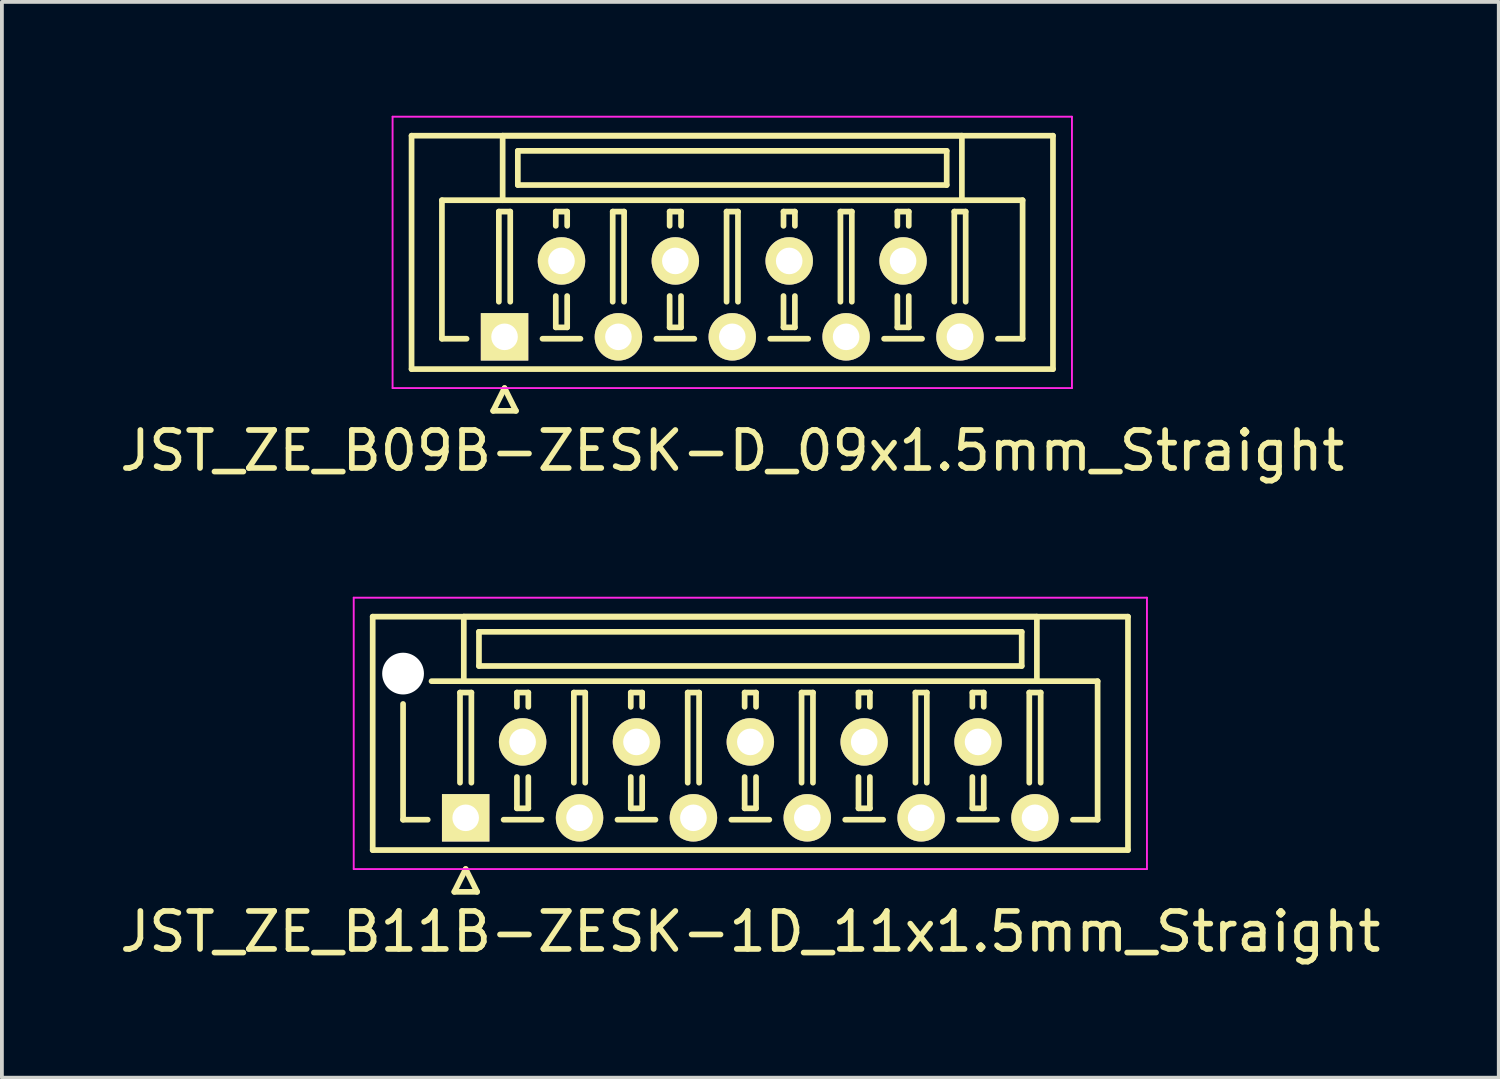
<source format=kicad_pcb>
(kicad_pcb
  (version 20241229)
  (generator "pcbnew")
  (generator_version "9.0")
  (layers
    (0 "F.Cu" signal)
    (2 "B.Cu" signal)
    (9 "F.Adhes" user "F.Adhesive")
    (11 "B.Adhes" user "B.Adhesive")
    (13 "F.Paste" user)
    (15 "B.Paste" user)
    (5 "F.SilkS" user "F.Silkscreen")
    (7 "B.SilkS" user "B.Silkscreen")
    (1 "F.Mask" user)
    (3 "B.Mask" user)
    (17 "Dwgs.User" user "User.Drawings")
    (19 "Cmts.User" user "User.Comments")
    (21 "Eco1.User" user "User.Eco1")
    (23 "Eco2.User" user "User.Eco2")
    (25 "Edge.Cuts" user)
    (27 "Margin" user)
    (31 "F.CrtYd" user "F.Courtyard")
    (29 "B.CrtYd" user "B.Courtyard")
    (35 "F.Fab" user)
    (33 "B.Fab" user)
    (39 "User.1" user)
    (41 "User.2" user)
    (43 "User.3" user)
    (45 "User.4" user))
  (footprint "JST_ZE_B11B-ZESK-1D_11x1.5mm_Straight"
    (layer "F.Cu")
    (at 9.22 18.498)
    (property "Reference" "JST_ZE_B11B-ZESK-1D_11x1.5mm_Straight" (at 7.5 3 0) (layer "F.SilkS") (effects (font (size 1 1) (thickness 0.15))))
    (attr through_hole)
    (fp_line (start -2.45 -5.3) (end -2.45 0.85) (stroke (width 0.15) (type solid)) (layer "F.SilkS"))
    (fp_line (start -2.45 0.85) (end 17.45 0.85) (stroke (width 0.15) (type solid)) (layer "F.SilkS"))
    (fp_line (start -1.65 -3) (end -1.65 0.05) (stroke (width 0.15) (type solid)) (layer "F.SilkS"))
    (fp_line (start -1.65 0.05) (end -1 0.05) (stroke (width 0.15) (type solid)) (layer "F.SilkS"))
    (fp_line (start -0.3 1.95) (end 0 1.35) (stroke (width 0.15) (type solid)) (layer "F.SilkS"))
    (fp_line (start -0.15 -3.3) (end 0.15 -3.3) (stroke (width 0.15) (type solid)) (layer "F.SilkS"))
    (fp_line (start -0.15 -0.925) (end -0.15 -3.3) (stroke (width 0.15) (type solid)) (layer "F.SilkS"))
    (fp_line (start -0.05 -5.3) (end -0.05 -3.6) (stroke (width 0.15) (type solid)) (layer "F.SilkS"))
    (fp_line (start -0.05 -3.6) (end -0.9 -3.6) (stroke (width 0.15) (type solid)) (layer "F.SilkS"))
    (fp_line (start -0.05 -3.6) (end 15.05 -3.6) (stroke (width 0.15) (type solid)) (layer "F.SilkS"))
    (fp_line (start 0 1.35) (end 0.3 1.95) (stroke (width 0.15) (type solid)) (layer "F.SilkS"))
    (fp_line (start 0.15 -3.3) (end 0.15 -0.925) (stroke (width 0.15) (type solid)) (layer "F.SilkS"))
    (fp_line (start 0.3 1.95) (end -0.3 1.95) (stroke (width 0.15) (type solid)) (layer "F.SilkS"))
    (fp_line (start 0.35 -4.9) (end 0.35 -4) (stroke (width 0.15) (type solid)) (layer "F.SilkS"))
    (fp_line (start 0.35 -4) (end 14.65 -4) (stroke (width 0.15) (type solid)) (layer "F.SilkS"))
    (fp_line (start 1 0.05) (end 2 0.05) (stroke (width 0.15) (type solid)) (layer "F.SilkS"))
    (fp_line (start 1.35 -3.3) (end 1.65 -3.3) (stroke (width 0.15) (type solid)) (layer "F.SilkS"))
    (fp_line (start 1.35 -2.925) (end 1.35 -3.3) (stroke (width 0.15) (type solid)) (layer "F.SilkS"))
    (fp_line (start 1.35 -1.075) (end 1.35 -0.25) (stroke (width 0.15) (type solid)) (layer "F.SilkS"))
    (fp_line (start 1.35 -0.25) (end 1.65 -0.25) (stroke (width 0.15) (type solid)) (layer "F.SilkS"))
    (fp_line (start 1.65 -3.3) (end 1.65 -2.925) (stroke (width 0.15) (type solid)) (layer "F.SilkS"))
    (fp_line (start 1.65 -0.25) (end 1.65 -1.075) (stroke (width 0.15) (type solid)) (layer "F.SilkS"))
    (fp_line (start 2.85 -3.3) (end 3.15 -3.3) (stroke (width 0.15) (type solid)) (layer "F.SilkS"))
    (fp_line (start 2.85 -0.925) (end 2.85 -3.3) (stroke (width 0.15) (type solid)) (layer "F.SilkS"))
    (fp_line (start 3.15 -3.3) (end 3.15 -0.925) (stroke (width 0.15) (type solid)) (layer "F.SilkS"))
    (fp_line (start 4 0.05) (end 5 0.05) (stroke (width 0.15) (type solid)) (layer "F.SilkS"))
    (fp_line (start 4.35 -3.3) (end 4.65 -3.3) (stroke (width 0.15) (type solid)) (layer "F.SilkS"))
    (fp_line (start 4.35 -2.925) (end 4.35 -3.3) (stroke (width 0.15) (type solid)) (layer "F.SilkS"))
    (fp_line (start 4.35 -1.075) (end 4.35 -0.25) (stroke (width 0.15) (type solid)) (layer "F.SilkS"))
    (fp_line (start 4.35 -0.25) (end 4.65 -0.25) (stroke (width 0.15) (type solid)) (layer "F.SilkS"))
    (fp_line (start 4.65 -3.3) (end 4.65 -2.925) (stroke (width 0.15) (type solid)) (layer "F.SilkS"))
    (fp_line (start 4.65 -0.25) (end 4.65 -1.075) (stroke (width 0.15) (type solid)) (layer "F.SilkS"))
    (fp_line (start 5.85 -3.3) (end 6.15 -3.3) (stroke (width 0.15) (type solid)) (layer "F.SilkS"))
    (fp_line (start 5.85 -0.925) (end 5.85 -3.3) (stroke (width 0.15) (type solid)) (layer "F.SilkS"))
    (fp_line (start 6.15 -3.3) (end 6.15 -0.925) (stroke (width 0.15) (type solid)) (layer "F.SilkS"))
    (fp_line (start 7 0.05) (end 8 0.05) (stroke (width 0.15) (type solid)) (layer "F.SilkS"))
    (fp_line (start 7.35 -3.3) (end 7.65 -3.3) (stroke (width 0.15) (type solid)) (layer "F.SilkS"))
    (fp_line (start 7.35 -2.925) (end 7.35 -3.3) (stroke (width 0.15) (type solid)) (layer "F.SilkS"))
    (fp_line (start 7.35 -1.075) (end 7.35 -0.25) (stroke (width 0.15) (type solid)) (layer "F.SilkS"))
    (fp_line (start 7.35 -0.25) (end 7.65 -0.25) (stroke (width 0.15) (type solid)) (layer "F.SilkS"))
    (fp_line (start 7.65 -3.3) (end 7.65 -2.925) (stroke (width 0.15) (type solid)) (layer "F.SilkS"))
    (fp_line (start 7.65 -0.25) (end 7.65 -1.075) (stroke (width 0.15) (type solid)) (layer "F.SilkS"))
    (fp_line (start 8.85 -3.3) (end 9.15 -3.3) (stroke (width 0.15) (type solid)) (layer "F.SilkS"))
    (fp_line (start 8.85 -0.925) (end 8.85 -3.3) (stroke (width 0.15) (type solid)) (layer "F.SilkS"))
    (fp_line (start 9.15 -3.3) (end 9.15 -0.925) (stroke (width 0.15) (type solid)) (layer "F.SilkS"))
    (fp_line (start 10 0.05) (end 11 0.05) (stroke (width 0.15) (type solid)) (layer "F.SilkS"))
    (fp_line (start 10.35 -3.3) (end 10.65 -3.3) (stroke (width 0.15) (type solid)) (layer "F.SilkS"))
    (fp_line (start 10.35 -2.925) (end 10.35 -3.3) (stroke (width 0.15) (type solid)) (layer "F.SilkS"))
    (fp_line (start 10.35 -1.075) (end 10.35 -0.25) (stroke (width 0.15) (type solid)) (layer "F.SilkS"))
    (fp_line (start 10.35 -0.25) (end 10.65 -0.25) (stroke (width 0.15) (type solid)) (layer "F.SilkS"))
    (fp_line (start 10.65 -3.3) (end 10.65 -2.925) (stroke (width 0.15) (type solid)) (layer "F.SilkS"))
    (fp_line (start 10.65 -0.25) (end 10.65 -1.075) (stroke (width 0.15) (type solid)) (layer "F.SilkS"))
    (fp_line (start 11.85 -3.3) (end 12.15 -3.3) (stroke (width 0.15) (type solid)) (layer "F.SilkS"))
    (fp_line (start 11.85 -0.925) (end 11.85 -3.3) (stroke (width 0.15) (type solid)) (layer "F.SilkS"))
    (fp_line (start 12.15 -3.3) (end 12.15 -0.925) (stroke (width 0.15) (type solid)) (layer "F.SilkS"))
    (fp_line (start 13 0.05) (end 14 0.05) (stroke (width 0.15) (type solid)) (layer "F.SilkS"))
    (fp_line (start 13.35 -3.3) (end 13.65 -3.3) (stroke (width 0.15) (type solid)) (layer "F.SilkS"))
    (fp_line (start 13.35 -2.925) (end 13.35 -3.3) (stroke (width 0.15) (type solid)) (layer "F.SilkS"))
    (fp_line (start 13.35 -1.075) (end 13.35 -0.25) (stroke (width 0.15) (type solid)) (layer "F.SilkS"))
    (fp_line (start 13.35 -0.25) (end 13.65 -0.25) (stroke (width 0.15) (type solid)) (layer "F.SilkS"))
    (fp_line (start 13.65 -3.3) (end 13.65 -2.925) (stroke (width 0.15) (type solid)) (layer "F.SilkS"))
    (fp_line (start 13.65 -0.25) (end 13.65 -1.075) (stroke (width 0.15) (type solid)) (layer "F.SilkS"))
    (fp_line (start 14.65 -4.9) (end 0.35 -4.9) (stroke (width 0.15) (type solid)) (layer "F.SilkS"))
    (fp_line (start 14.65 -4) (end 14.65 -4.9) (stroke (width 0.15) (type solid)) (layer "F.SilkS"))
    (fp_line (start 14.85 -3.3) (end 15.15 -3.3) (stroke (width 0.15) (type solid)) (layer "F.SilkS"))
    (fp_line (start 14.85 -0.925) (end 14.85 -3.3) (stroke (width 0.15) (type solid)) (layer "F.SilkS"))
    (fp_line (start 15.05 -5.3) (end -0.05 -5.3) (stroke (width 0.15) (type solid)) (layer "F.SilkS"))
    (fp_line (start 15.05 -3.6) (end 15.05 -5.3) (stroke (width 0.15) (type solid)) (layer "F.SilkS"))
    (fp_line (start 15.05 -3.6) (end 16.65 -3.6) (stroke (width 0.15) (type solid)) (layer "F.SilkS"))
    (fp_line (start 15.15 -3.3) (end 15.15 -0.925) (stroke (width 0.15) (type solid)) (layer "F.SilkS"))
    (fp_line (start 16.65 -3.6) (end 16.65 0.05) (stroke (width 0.15) (type solid)) (layer "F.SilkS"))
    (fp_line (start 16.65 0.05) (end 16 0.05) (stroke (width 0.15) (type solid)) (layer "F.SilkS"))
    (fp_line (start 17.45 -5.3) (end -2.45 -5.3) (stroke (width 0.15) (type solid)) (layer "F.SilkS"))
    (fp_line (start 17.45 0.85) (end 17.45 -5.3) (stroke (width 0.15) (type solid)) (layer "F.SilkS"))
    (fp_line (start -2.95 -5.8) (end -2.95 1.35) (stroke (width 0.05) (type solid)) (layer "F.CrtYd"))
    (fp_line (start -2.95 1.35) (end 17.95 1.35) (stroke (width 0.05) (type solid)) (layer "F.CrtYd"))
    (fp_line (start 17.95 -5.8) (end -2.95 -5.8) (stroke (width 0.05) (type solid)) (layer "F.CrtYd"))
    (fp_line (start 17.95 1.35) (end 17.95 -5.8) (stroke (width 0.05) (type solid)) (layer "F.CrtYd"))
    (pad "" np_thru_hole circle (at -1.65 -3.8) (size 1.1 1.1) (drill 1.1) (layers "*.Cu"))
    (pad "1" thru_hole rect (at 0 0) (size 1.25 1.25) (drill 0.7) (layers "*.Cu" "*.Mask" "F.SilkS"))
    (pad "2" thru_hole circle (at 1.5 -2) (size 1.25 1.25) (drill 0.7) (layers "*.Cu" "*.Mask" "F.SilkS"))
    (pad "3" thru_hole circle (at 3 0) (size 1.25 1.25) (drill 0.7) (layers "*.Cu" "*.Mask" "F.SilkS"))
    (pad "4" thru_hole circle (at 4.5 -2) (size 1.25 1.25) (drill 0.7) (layers "*.Cu" "*.Mask" "F.SilkS"))
    (pad "5" thru_hole circle (at 6 0) (size 1.25 1.25) (drill 0.7) (layers "*.Cu" "*.Mask" "F.SilkS"))
    (pad "6" thru_hole circle (at 7.5 -2) (size 1.25 1.25) (drill 0.7) (layers "*.Cu" "*.Mask" "F.SilkS"))
    (pad "7" thru_hole circle (at 9 0) (size 1.25 1.25) (drill 0.7) (layers "*.Cu" "*.Mask" "F.SilkS"))
    (pad "8" thru_hole circle (at 10.5 -2) (size 1.25 1.25) (drill 0.7) (layers "*.Cu" "*.Mask" "F.SilkS"))
    (pad "9" thru_hole circle (at 12 0) (size 1.25 1.25) (drill 0.7) (layers "*.Cu" "*.Mask" "F.SilkS"))
    (pad "10" thru_hole circle (at 13.5 -2) (size 1.25 1.25) (drill 0.7) (layers "*.Cu" "*.Mask" "F.SilkS"))
    (pad "11" thru_hole circle (at 15 0) (size 1.25 1.25) (drill 0.7) (layers "*.Cu" "*.Mask" "F.SilkS")))
  (footprint "JST_ZE_B09B-ZESK-D_09x1.5mm_Straight"
    (layer "F.Cu")
    (at 10.244 5.825)
    (property "Reference" "JST_ZE_B09B-ZESK-D_09x1.5mm_Straight" (at 6 3 0) (layer "F.SilkS") (effects (font (size 1 1) (thickness 0.15))))
    (attr through_hole)
    (fp_line (start -2.45 -5.3) (end -2.45 0.85) (stroke (width 0.15) (type solid)) (layer "F.SilkS"))
    (fp_line (start -2.45 0.85) (end 14.45 0.85) (stroke (width 0.15) (type solid)) (layer "F.SilkS"))
    (fp_line (start -1.65 -3.6) (end -1.65 0.05) (stroke (width 0.15) (type solid)) (layer "F.SilkS"))
    (fp_line (start -1.65 0.05) (end -1 0.05) (stroke (width 0.15) (type solid)) (layer "F.SilkS"))
    (fp_line (start -0.3 1.95) (end 0 1.35) (stroke (width 0.15) (type solid)) (layer "F.SilkS"))
    (fp_line (start -0.15 -3.3) (end 0.15 -3.3) (stroke (width 0.15) (type solid)) (layer "F.SilkS"))
    (fp_line (start -0.15 -0.925) (end -0.15 -3.3) (stroke (width 0.15) (type solid)) (layer "F.SilkS"))
    (fp_line (start -0.05 -5.3) (end -0.05 -3.6) (stroke (width 0.15) (type solid)) (layer "F.SilkS"))
    (fp_line (start -0.05 -3.6) (end -1.65 -3.6) (stroke (width 0.15) (type solid)) (layer "F.SilkS"))
    (fp_line (start -0.05 -3.6) (end 12.05 -3.6) (stroke (width 0.15) (type solid)) (layer "F.SilkS"))
    (fp_line (start 0 1.35) (end 0.3 1.95) (stroke (width 0.15) (type solid)) (layer "F.SilkS"))
    (fp_line (start 0.15 -3.3) (end 0.15 -0.925) (stroke (width 0.15) (type solid)) (layer "F.SilkS"))
    (fp_line (start 0.3 1.95) (end -0.3 1.95) (stroke (width 0.15) (type solid)) (layer "F.SilkS"))
    (fp_line (start 0.35 -4.9) (end 0.35 -4) (stroke (width 0.15) (type solid)) (layer "F.SilkS"))
    (fp_line (start 0.35 -4) (end 11.65 -4) (stroke (width 0.15) (type solid)) (layer "F.SilkS"))
    (fp_line (start 1 0.05) (end 2 0.05) (stroke (width 0.15) (type solid)) (layer "F.SilkS"))
    (fp_line (start 1.35 -3.3) (end 1.65 -3.3) (stroke (width 0.15) (type solid)) (layer "F.SilkS"))
    (fp_line (start 1.35 -2.925) (end 1.35 -3.3) (stroke (width 0.15) (type solid)) (layer "F.SilkS"))
    (fp_line (start 1.35 -1.075) (end 1.35 -0.25) (stroke (width 0.15) (type solid)) (layer "F.SilkS"))
    (fp_line (start 1.35 -0.25) (end 1.65 -0.25) (stroke (width 0.15) (type solid)) (layer "F.SilkS"))
    (fp_line (start 1.65 -3.3) (end 1.65 -2.925) (stroke (width 0.15) (type solid)) (layer "F.SilkS"))
    (fp_line (start 1.65 -0.25) (end 1.65 -1.075) (stroke (width 0.15) (type solid)) (layer "F.SilkS"))
    (fp_line (start 2.85 -3.3) (end 3.15 -3.3) (stroke (width 0.15) (type solid)) (layer "F.SilkS"))
    (fp_line (start 2.85 -0.925) (end 2.85 -3.3) (stroke (width 0.15) (type solid)) (layer "F.SilkS"))
    (fp_line (start 3.15 -3.3) (end 3.15 -0.925) (stroke (width 0.15) (type solid)) (layer "F.SilkS"))
    (fp_line (start 4 0.05) (end 5 0.05) (stroke (width 0.15) (type solid)) (layer "F.SilkS"))
    (fp_line (start 4.35 -3.3) (end 4.65 -3.3) (stroke (width 0.15) (type solid)) (layer "F.SilkS"))
    (fp_line (start 4.35 -2.925) (end 4.35 -3.3) (stroke (width 0.15) (type solid)) (layer "F.SilkS"))
    (fp_line (start 4.35 -1.075) (end 4.35 -0.25) (stroke (width 0.15) (type solid)) (layer "F.SilkS"))
    (fp_line (start 4.35 -0.25) (end 4.65 -0.25) (stroke (width 0.15) (type solid)) (layer "F.SilkS"))
    (fp_line (start 4.65 -3.3) (end 4.65 -2.925) (stroke (width 0.15) (type solid)) (layer "F.SilkS"))
    (fp_line (start 4.65 -0.25) (end 4.65 -1.075) (stroke (width 0.15) (type solid)) (layer "F.SilkS"))
    (fp_line (start 5.85 -3.3) (end 6.15 -3.3) (stroke (width 0.15) (type solid)) (layer "F.SilkS"))
    (fp_line (start 5.85 -0.925) (end 5.85 -3.3) (stroke (width 0.15) (type solid)) (layer "F.SilkS"))
    (fp_line (start 6.15 -3.3) (end 6.15 -0.925) (stroke (width 0.15) (type solid)) (layer "F.SilkS"))
    (fp_line (start 7 0.05) (end 8 0.05) (stroke (width 0.15) (type solid)) (layer "F.SilkS"))
    (fp_line (start 7.35 -3.3) (end 7.65 -3.3) (stroke (width 0.15) (type solid)) (layer "F.SilkS"))
    (fp_line (start 7.35 -2.925) (end 7.35 -3.3) (stroke (width 0.15) (type solid)) (layer "F.SilkS"))
    (fp_line (start 7.35 -1.075) (end 7.35 -0.25) (stroke (width 0.15) (type solid)) (layer "F.SilkS"))
    (fp_line (start 7.35 -0.25) (end 7.65 -0.25) (stroke (width 0.15) (type solid)) (layer "F.SilkS"))
    (fp_line (start 7.65 -3.3) (end 7.65 -2.925) (stroke (width 0.15) (type solid)) (layer "F.SilkS"))
    (fp_line (start 7.65 -0.25) (end 7.65 -1.075) (stroke (width 0.15) (type solid)) (layer "F.SilkS"))
    (fp_line (start 8.85 -3.3) (end 9.15 -3.3) (stroke (width 0.15) (type solid)) (layer "F.SilkS"))
    (fp_line (start 8.85 -0.925) (end 8.85 -3.3) (stroke (width 0.15) (type solid)) (layer "F.SilkS"))
    (fp_line (start 9.15 -3.3) (end 9.15 -0.925) (stroke (width 0.15) (type solid)) (layer "F.SilkS"))
    (fp_line (start 10 0.05) (end 11 0.05) (stroke (width 0.15) (type solid)) (layer "F.SilkS"))
    (fp_line (start 10.35 -3.3) (end 10.65 -3.3) (stroke (width 0.15) (type solid)) (layer "F.SilkS"))
    (fp_line (start 10.35 -2.925) (end 10.35 -3.3) (stroke (width 0.15) (type solid)) (layer "F.SilkS"))
    (fp_line (start 10.35 -1.075) (end 10.35 -0.25) (stroke (width 0.15) (type solid)) (layer "F.SilkS"))
    (fp_line (start 10.35 -0.25) (end 10.65 -0.25) (stroke (width 0.15) (type solid)) (layer "F.SilkS"))
    (fp_line (start 10.65 -3.3) (end 10.65 -2.925) (stroke (width 0.15) (type solid)) (layer "F.SilkS"))
    (fp_line (start 10.65 -0.25) (end 10.65 -1.075) (stroke (width 0.15) (type solid)) (layer "F.SilkS"))
    (fp_line (start 11.65 -4.9) (end 0.35 -4.9) (stroke (width 0.15) (type solid)) (layer "F.SilkS"))
    (fp_line (start 11.65 -4) (end 11.65 -4.9) (stroke (width 0.15) (type solid)) (layer "F.SilkS"))
    (fp_line (start 11.85 -3.3) (end 12.15 -3.3) (stroke (width 0.15) (type solid)) (layer "F.SilkS"))
    (fp_line (start 11.85 -0.925) (end 11.85 -3.3) (stroke (width 0.15) (type solid)) (layer "F.SilkS"))
    (fp_line (start 12.05 -5.3) (end -0.05 -5.3) (stroke (width 0.15) (type solid)) (layer "F.SilkS"))
    (fp_line (start 12.05 -3.6) (end 12.05 -5.3) (stroke (width 0.15) (type solid)) (layer "F.SilkS"))
    (fp_line (start 12.05 -3.6) (end 13.65 -3.6) (stroke (width 0.15) (type solid)) (layer "F.SilkS"))
    (fp_line (start 12.15 -3.3) (end 12.15 -0.925) (stroke (width 0.15) (type solid)) (layer "F.SilkS"))
    (fp_line (start 13.65 -3.6) (end 13.65 0.05) (stroke (width 0.15) (type solid)) (layer "F.SilkS"))
    (fp_line (start 13.65 0.05) (end 13 0.05) (stroke (width 0.15) (type solid)) (layer "F.SilkS"))
    (fp_line (start 14.45 -5.3) (end -2.45 -5.3) (stroke (width 0.15) (type solid)) (layer "F.SilkS"))
    (fp_line (start 14.45 0.85) (end 14.45 -5.3) (stroke (width 0.15) (type solid)) (layer "F.SilkS"))
    (fp_line (start -2.95 -5.8) (end -2.95 1.35) (stroke (width 0.05) (type solid)) (layer "F.CrtYd"))
    (fp_line (start -2.95 1.35) (end 14.95 1.35) (stroke (width 0.05) (type solid)) (layer "F.CrtYd"))
    (fp_line (start 14.95 -5.8) (end -2.95 -5.8) (stroke (width 0.05) (type solid)) (layer "F.CrtYd"))
    (fp_line (start 14.95 1.35) (end 14.95 -5.8) (stroke (width 0.05) (type solid)) (layer "F.CrtYd"))
    (pad "1" thru_hole rect (at 0 0) (size 1.25 1.25) (drill 0.7) (layers "*.Cu" "*.Mask" "F.SilkS"))
    (pad "2" thru_hole circle (at 1.5 -2) (size 1.25 1.25) (drill 0.7) (layers "*.Cu" "*.Mask" "F.SilkS"))
    (pad "3" thru_hole circle (at 3 0) (size 1.25 1.25) (drill 0.7) (layers "*.Cu" "*.Mask" "F.SilkS"))
    (pad "4" thru_hole circle (at 4.5 -2) (size 1.25 1.25) (drill 0.7) (layers "*.Cu" "*.Mask" "F.SilkS"))
    (pad "5" thru_hole circle (at 6 0) (size 1.25 1.25) (drill 0.7) (layers "*.Cu" "*.Mask" "F.SilkS"))
    (pad "6" thru_hole circle (at 7.5 -2) (size 1.25 1.25) (drill 0.7) (layers "*.Cu" "*.Mask" "F.SilkS"))
    (pad "7" thru_hole circle (at 9 0) (size 1.25 1.25) (drill 0.7) (layers "*.Cu" "*.Mask" "F.SilkS"))
    (pad "8" thru_hole circle (at 10.5 -2) (size 1.25 1.25) (drill 0.7) (layers "*.Cu" "*.Mask" "F.SilkS"))
    (pad "9" thru_hole circle (at 12 0) (size 1.25 1.25) (drill 0.7) (layers "*.Cu" "*.Mask" "F.SilkS")))
  (gr_rect
    (start -3 -3)
    (end 36.44 25.346)
    (stroke (width 0.1) (type default))
    (fill no)
    (layer "Edge.Cuts")))
</source>
